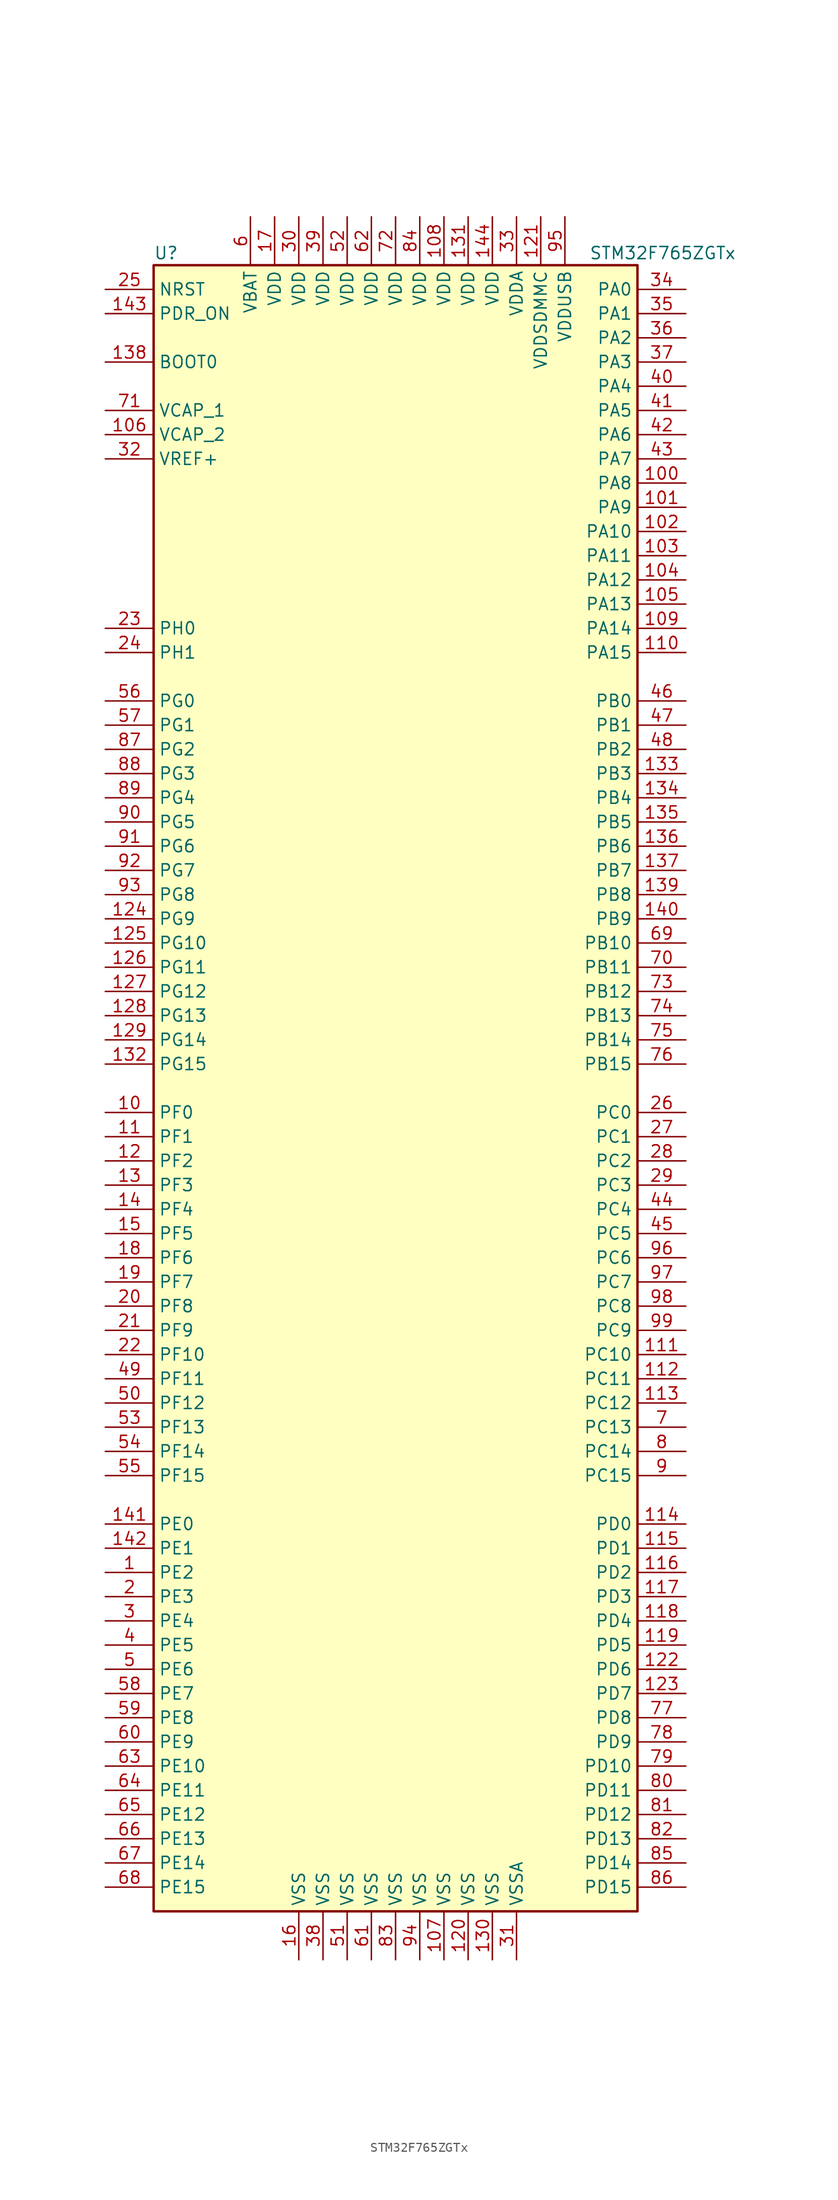
<source format=kicad_sym>
(kicad_symbol_lib
  (version 20211014)
  (generator kicad_symbol_editor)
  (symbol "STM32F765ZGTx"
    (property "Reference" "U"
      (at -25.4 87.63 0)
      (effects (font (size 1.27 1.27)) (justify left)))
    (property "Value" "STM32F765ZGTx"
      (at 20.32 87.63 0)
      (effects (font (size 1.27 1.27)) (justify left)))
    (symbol "STM32F765ZGTx_0_1"
      (rectangle (start -25.4 -86.36) (end 25.4 86.36) (stroke (width 0.254) (type default) (color 0 0 0 0)) (fill (type background))))
    (symbol "STM32F765ZGTx_1_1"
      (pin bidirectional line (at -30.48 -50.8 0) (length 5.08) (name "PE2" (effects (font (size 1.27 1.27)))) (number "1" (effects (font (size 1.27 1.27)))))
      (pin bidirectional line (at -30.48 -2.54 0) (length 5.08) (name "PF0" (effects (font (size 1.27 1.27)))) (number "10" (effects (font (size 1.27 1.27)))))
      (pin bidirectional line (at 30.48 63.5 180) (length 5.08) (name "PA8" (effects (font (size 1.27 1.27)))) (number "100" (effects (font (size 1.27 1.27)))))
      (pin bidirectional line (at 30.48 60.96 180) (length 5.08) (name "PA9" (effects (font (size 1.27 1.27)))) (number "101" (effects (font (size 1.27 1.27)))))
      (pin bidirectional line (at 30.48 58.42 180) (length 5.08) (name "PA10" (effects (font (size 1.27 1.27)))) (number "102" (effects (font (size 1.27 1.27)))))
      (pin bidirectional line (at 30.48 55.88 180) (length 5.08) (name "PA11" (effects (font (size 1.27 1.27)))) (number "103" (effects (font (size 1.27 1.27)))))
      (pin bidirectional line (at 30.48 53.34 180) (length 5.08) (name "PA12" (effects (font (size 1.27 1.27)))) (number "104" (effects (font (size 1.27 1.27)))))
      (pin bidirectional line (at 30.48 50.8 180) (length 5.08) (name "PA13" (effects (font (size 1.27 1.27)))) (number "105" (effects (font (size 1.27 1.27)))))
      (pin power_in line (at -30.48 68.58 0) (length 5.08) (name "VCAP_2" (effects (font (size 1.27 1.27)))) (number "106" (effects (font (size 1.27 1.27)))))
      (pin power_in line (at 5.08 -91.44 90) (length 5.08) (name "VSS" (effects (font (size 1.27 1.27)))) (number "107" (effects (font (size 1.27 1.27)))))
      (pin power_in line (at 5.08 91.44 270) (length 5.08) (name "VDD" (effects (font (size 1.27 1.27)))) (number "108" (effects (font (size 1.27 1.27)))))
      (pin bidirectional line (at 30.48 48.26 180) (length 5.08) (name "PA14" (effects (font (size 1.27 1.27)))) (number "109" (effects (font (size 1.27 1.27)))))
      (pin bidirectional line (at -30.48 -5.08 0) (length 5.08) (name "PF1" (effects (font (size 1.27 1.27)))) (number "11" (effects (font (size 1.27 1.27)))))
      (pin bidirectional line (at 30.48 45.72 180) (length 5.08) (name "PA15" (effects (font (size 1.27 1.27)))) (number "110" (effects (font (size 1.27 1.27)))))
      (pin bidirectional line (at 30.48 -27.94 180) (length 5.08) (name "PC10" (effects (font (size 1.27 1.27)))) (number "111" (effects (font (size 1.27 1.27)))))
      (pin bidirectional line (at 30.48 -30.48 180) (length 5.08) (name "PC11" (effects (font (size 1.27 1.27)))) (number "112" (effects (font (size 1.27 1.27)))))
      (pin bidirectional line (at 30.48 -33.02 180) (length 5.08) (name "PC12" (effects (font (size 1.27 1.27)))) (number "113" (effects (font (size 1.27 1.27)))))
      (pin bidirectional line (at 30.48 -45.72 180) (length 5.08) (name "PD0" (effects (font (size 1.27 1.27)))) (number "114" (effects (font (size 1.27 1.27)))))
      (pin bidirectional line (at 30.48 -48.26 180) (length 5.08) (name "PD1" (effects (font (size 1.27 1.27)))) (number "115" (effects (font (size 1.27 1.27)))))
      (pin bidirectional line (at 30.48 -50.8 180) (length 5.08) (name "PD2" (effects (font (size 1.27 1.27)))) (number "116" (effects (font (size 1.27 1.27)))))
      (pin bidirectional line (at 30.48 -53.34 180) (length 5.08) (name "PD3" (effects (font (size 1.27 1.27)))) (number "117" (effects (font (size 1.27 1.27)))))
      (pin bidirectional line (at 30.48 -55.88 180) (length 5.08) (name "PD4" (effects (font (size 1.27 1.27)))) (number "118" (effects (font (size 1.27 1.27)))))
      (pin bidirectional line (at 30.48 -58.42 180) (length 5.08) (name "PD5" (effects (font (size 1.27 1.27)))) (number "119" (effects (font (size 1.27 1.27)))))
      (pin bidirectional line (at -30.48 -7.62 0) (length 5.08) (name "PF2" (effects (font (size 1.27 1.27)))) (number "12" (effects (font (size 1.27 1.27)))))
      (pin power_in line (at 7.62 -91.44 90) (length 5.08) (name "VSS" (effects (font (size 1.27 1.27)))) (number "120" (effects (font (size 1.27 1.27)))))
      (pin power_in line (at 15.24 91.44 270) (length 5.08) (name "VDDSDMMC" (effects (font (size 1.27 1.27)))) (number "121" (effects (font (size 1.27 1.27)))))
      (pin bidirectional line (at 30.48 -60.96 180) (length 5.08) (name "PD6" (effects (font (size 1.27 1.27)))) (number "122" (effects (font (size 1.27 1.27)))))
      (pin bidirectional line (at 30.48 -63.5 180) (length 5.08) (name "PD7" (effects (font (size 1.27 1.27)))) (number "123" (effects (font (size 1.27 1.27)))))
      (pin bidirectional line (at -30.48 17.78 0) (length 5.08) (name "PG9" (effects (font (size 1.27 1.27)))) (number "124" (effects (font (size 1.27 1.27)))))
      (pin bidirectional line (at -30.48 15.24 0) (length 5.08) (name "PG10" (effects (font (size 1.27 1.27)))) (number "125" (effects (font (size 1.27 1.27)))))
      (pin bidirectional line (at -30.48 12.7 0) (length 5.08) (name "PG11" (effects (font (size 1.27 1.27)))) (number "126" (effects (font (size 1.27 1.27)))))
      (pin bidirectional line (at -30.48 10.16 0) (length 5.08) (name "PG12" (effects (font (size 1.27 1.27)))) (number "127" (effects (font (size 1.27 1.27)))))
      (pin bidirectional line (at -30.48 7.62 0) (length 5.08) (name "PG13" (effects (font (size 1.27 1.27)))) (number "128" (effects (font (size 1.27 1.27)))))
      (pin bidirectional line (at -30.48 5.08 0) (length 5.08) (name "PG14" (effects (font (size 1.27 1.27)))) (number "129" (effects (font (size 1.27 1.27)))))
      (pin bidirectional line (at -30.48 -10.16 0) (length 5.08) (name "PF3" (effects (font (size 1.27 1.27)))) (number "13" (effects (font (size 1.27 1.27)))))
      (pin power_in line (at 10.16 -91.44 90) (length 5.08) (name "VSS" (effects (font (size 1.27 1.27)))) (number "130" (effects (font (size 1.27 1.27)))))
      (pin power_in line (at 7.62 91.44 270) (length 5.08) (name "VDD" (effects (font (size 1.27 1.27)))) (number "131" (effects (font (size 1.27 1.27)))))
      (pin bidirectional line (at -30.48 2.54 0) (length 5.08) (name "PG15" (effects (font (size 1.27 1.27)))) (number "132" (effects (font (size 1.27 1.27)))))
      (pin bidirectional line (at 30.48 33.02 180) (length 5.08) (name "PB3" (effects (font (size 1.27 1.27)))) (number "133" (effects (font (size 1.27 1.27)))))
      (pin bidirectional line (at 30.48 30.48 180) (length 5.08) (name "PB4" (effects (font (size 1.27 1.27)))) (number "134" (effects (font (size 1.27 1.27)))))
      (pin bidirectional line (at 30.48 27.94 180) (length 5.08) (name "PB5" (effects (font (size 1.27 1.27)))) (number "135" (effects (font (size 1.27 1.27)))))
      (pin bidirectional line (at 30.48 25.4 180) (length 5.08) (name "PB6" (effects (font (size 1.27 1.27)))) (number "136" (effects (font (size 1.27 1.27)))))
      (pin bidirectional line (at 30.48 22.86 180) (length 5.08) (name "PB7" (effects (font (size 1.27 1.27)))) (number "137" (effects (font (size 1.27 1.27)))))
      (pin input line (at -30.48 76.2 0) (length 5.08) (name "BOOT0" (effects (font (size 1.27 1.27)))) (number "138" (effects (font (size 1.27 1.27)))))
      (pin bidirectional line (at 30.48 20.32 180) (length 5.08) (name "PB8" (effects (font (size 1.27 1.27)))) (number "139" (effects (font (size 1.27 1.27)))))
      (pin bidirectional line (at -30.48 -12.7 0) (length 5.08) (name "PF4" (effects (font (size 1.27 1.27)))) (number "14" (effects (font (size 1.27 1.27)))))
      (pin bidirectional line (at 30.48 17.78 180) (length 5.08) (name "PB9" (effects (font (size 1.27 1.27)))) (number "140" (effects (font (size 1.27 1.27)))))
      (pin bidirectional line (at -30.48 -45.72 0) (length 5.08) (name "PE0" (effects (font (size 1.27 1.27)))) (number "141" (effects (font (size 1.27 1.27)))))
      (pin bidirectional line (at -30.48 -48.26 0) (length 5.08) (name "PE1" (effects (font (size 1.27 1.27)))) (number "142" (effects (font (size 1.27 1.27)))))
      (pin input line (at -30.48 81.28 0) (length 5.08) (name "PDR_ON" (effects (font (size 1.27 1.27)))) (number "143" (effects (font (size 1.27 1.27)))))
      (pin power_in line (at 10.16 91.44 270) (length 5.08) (name "VDD" (effects (font (size 1.27 1.27)))) (number "144" (effects (font (size 1.27 1.27)))))
      (pin bidirectional line (at -30.48 -15.24 0) (length 5.08) (name "PF5" (effects (font (size 1.27 1.27)))) (number "15" (effects (font (size 1.27 1.27)))))
      (pin power_in line (at -10.16 -91.44 90) (length 5.08) (name "VSS" (effects (font (size 1.27 1.27)))) (number "16" (effects (font (size 1.27 1.27)))))
      (pin power_in line (at -12.7 91.44 270) (length 5.08) (name "VDD" (effects (font (size 1.27 1.27)))) (number "17" (effects (font (size 1.27 1.27)))))
      (pin bidirectional line (at -30.48 -17.78 0) (length 5.08) (name "PF6" (effects (font (size 1.27 1.27)))) (number "18" (effects (font (size 1.27 1.27)))))
      (pin bidirectional line (at -30.48 -20.32 0) (length 5.08) (name "PF7" (effects (font (size 1.27 1.27)))) (number "19" (effects (font (size 1.27 1.27)))))
      (pin bidirectional line (at -30.48 -53.34 0) (length 5.08) (name "PE3" (effects (font (size 1.27 1.27)))) (number "2" (effects (font (size 1.27 1.27)))))
      (pin bidirectional line (at -30.48 -22.86 0) (length 5.08) (name "PF8" (effects (font (size 1.27 1.27)))) (number "20" (effects (font (size 1.27 1.27)))))
      (pin bidirectional line (at -30.48 -25.4 0) (length 5.08) (name "PF9" (effects (font (size 1.27 1.27)))) (number "21" (effects (font (size 1.27 1.27)))))
      (pin bidirectional line (at -30.48 -27.94 0) (length 5.08) (name "PF10" (effects (font (size 1.27 1.27)))) (number "22" (effects (font (size 1.27 1.27)))))
      (pin input line (at -30.48 48.26 0) (length 5.08) (name "PH0" (effects (font (size 1.27 1.27)))) (number "23" (effects (font (size 1.27 1.27)))))
      (pin input line (at -30.48 45.72 0) (length 5.08) (name "PH1" (effects (font (size 1.27 1.27)))) (number "24" (effects (font (size 1.27 1.27)))))
      (pin input line (at -30.48 83.82 0) (length 5.08) (name "NRST" (effects (font (size 1.27 1.27)))) (number "25" (effects (font (size 1.27 1.27)))))
      (pin bidirectional line (at 30.48 -2.54 180) (length 5.08) (name "PC0" (effects (font (size 1.27 1.27)))) (number "26" (effects (font (size 1.27 1.27)))))
      (pin bidirectional line (at 30.48 -5.08 180) (length 5.08) (name "PC1" (effects (font (size 1.27 1.27)))) (number "27" (effects (font (size 1.27 1.27)))))
      (pin bidirectional line (at 30.48 -7.62 180) (length 5.08) (name "PC2" (effects (font (size 1.27 1.27)))) (number "28" (effects (font (size 1.27 1.27)))))
      (pin bidirectional line (at 30.48 -10.16 180) (length 5.08) (name "PC3" (effects (font (size 1.27 1.27)))) (number "29" (effects (font (size 1.27 1.27)))))
      (pin bidirectional line (at -30.48 -55.88 0) (length 5.08) (name "PE4" (effects (font (size 1.27 1.27)))) (number "3" (effects (font (size 1.27 1.27)))))
      (pin power_in line (at -10.16 91.44 270) (length 5.08) (name "VDD" (effects (font (size 1.27 1.27)))) (number "30" (effects (font (size 1.27 1.27)))))
      (pin power_in line (at 12.7 -91.44 90) (length 5.08) (name "VSSA" (effects (font (size 1.27 1.27)))) (number "31" (effects (font (size 1.27 1.27)))))
      (pin power_in line (at -30.48 66.04 0) (length 5.08) (name "VREF+" (effects (font (size 1.27 1.27)))) (number "32" (effects (font (size 1.27 1.27)))))
      (pin power_in line (at 12.7 91.44 270) (length 5.08) (name "VDDA" (effects (font (size 1.27 1.27)))) (number "33" (effects (font (size 1.27 1.27)))))
      (pin bidirectional line (at 30.48 83.82 180) (length 5.08) (name "PA0" (effects (font (size 1.27 1.27)))) (number "34" (effects (font (size 1.27 1.27)))))
      (pin bidirectional line (at 30.48 81.28 180) (length 5.08) (name "PA1" (effects (font (size 1.27 1.27)))) (number "35" (effects (font (size 1.27 1.27)))))
      (pin bidirectional line (at 30.48 78.74 180) (length 5.08) (name "PA2" (effects (font (size 1.27 1.27)))) (number "36" (effects (font (size 1.27 1.27)))))
      (pin bidirectional line (at 30.48 76.2 180) (length 5.08) (name "PA3" (effects (font (size 1.27 1.27)))) (number "37" (effects (font (size 1.27 1.27)))))
      (pin power_in line (at -7.62 -91.44 90) (length 5.08) (name "VSS" (effects (font (size 1.27 1.27)))) (number "38" (effects (font (size 1.27 1.27)))))
      (pin power_in line (at -7.62 91.44 270) (length 5.08) (name "VDD" (effects (font (size 1.27 1.27)))) (number "39" (effects (font (size 1.27 1.27)))))
      (pin bidirectional line (at -30.48 -58.42 0) (length 5.08) (name "PE5" (effects (font (size 1.27 1.27)))) (number "4" (effects (font (size 1.27 1.27)))))
      (pin bidirectional line (at 30.48 73.66 180) (length 5.08) (name "PA4" (effects (font (size 1.27 1.27)))) (number "40" (effects (font (size 1.27 1.27)))))
      (pin bidirectional line (at 30.48 71.12 180) (length 5.08) (name "PA5" (effects (font (size 1.27 1.27)))) (number "41" (effects (font (size 1.27 1.27)))))
      (pin bidirectional line (at 30.48 68.58 180) (length 5.08) (name "PA6" (effects (font (size 1.27 1.27)))) (number "42" (effects (font (size 1.27 1.27)))))
      (pin bidirectional line (at 30.48 66.04 180) (length 5.08) (name "PA7" (effects (font (size 1.27 1.27)))) (number "43" (effects (font (size 1.27 1.27)))))
      (pin bidirectional line (at 30.48 -12.7 180) (length 5.08) (name "PC4" (effects (font (size 1.27 1.27)))) (number "44" (effects (font (size 1.27 1.27)))))
      (pin bidirectional line (at 30.48 -15.24 180) (length 5.08) (name "PC5" (effects (font (size 1.27 1.27)))) (number "45" (effects (font (size 1.27 1.27)))))
      (pin bidirectional line (at 30.48 40.64 180) (length 5.08) (name "PB0" (effects (font (size 1.27 1.27)))) (number "46" (effects (font (size 1.27 1.27)))))
      (pin bidirectional line (at 30.48 38.1 180) (length 5.08) (name "PB1" (effects (font (size 1.27 1.27)))) (number "47" (effects (font (size 1.27 1.27)))))
      (pin bidirectional line (at 30.48 35.56 180) (length 5.08) (name "PB2" (effects (font (size 1.27 1.27)))) (number "48" (effects (font (size 1.27 1.27)))))
      (pin bidirectional line (at -30.48 -30.48 0) (length 5.08) (name "PF11" (effects (font (size 1.27 1.27)))) (number "49" (effects (font (size 1.27 1.27)))))
      (pin bidirectional line (at -30.48 -60.96 0) (length 5.08) (name "PE6" (effects (font (size 1.27 1.27)))) (number "5" (effects (font (size 1.27 1.27)))))
      (pin bidirectional line (at -30.48 -33.02 0) (length 5.08) (name "PF12" (effects (font (size 1.27 1.27)))) (number "50" (effects (font (size 1.27 1.27)))))
      (pin power_in line (at -5.08 -91.44 90) (length 5.08) (name "VSS" (effects (font (size 1.27 1.27)))) (number "51" (effects (font (size 1.27 1.27)))))
      (pin power_in line (at -5.08 91.44 270) (length 5.08) (name "VDD" (effects (font (size 1.27 1.27)))) (number "52" (effects (font (size 1.27 1.27)))))
      (pin bidirectional line (at -30.48 -35.56 0) (length 5.08) (name "PF13" (effects (font (size 1.27 1.27)))) (number "53" (effects (font (size 1.27 1.27)))))
      (pin bidirectional line (at -30.48 -38.1 0) (length 5.08) (name "PF14" (effects (font (size 1.27 1.27)))) (number "54" (effects (font (size 1.27 1.27)))))
      (pin bidirectional line (at -30.48 -40.64 0) (length 5.08) (name "PF15" (effects (font (size 1.27 1.27)))) (number "55" (effects (font (size 1.27 1.27)))))
      (pin bidirectional line (at -30.48 40.64 0) (length 5.08) (name "PG0" (effects (font (size 1.27 1.27)))) (number "56" (effects (font (size 1.27 1.27)))))
      (pin bidirectional line (at -30.48 38.1 0) (length 5.08) (name "PG1" (effects (font (size 1.27 1.27)))) (number "57" (effects (font (size 1.27 1.27)))))
      (pin bidirectional line (at -30.48 -63.5 0) (length 5.08) (name "PE7" (effects (font (size 1.27 1.27)))) (number "58" (effects (font (size 1.27 1.27)))))
      (pin bidirectional line (at -30.48 -66.04 0) (length 5.08) (name "PE8" (effects (font (size 1.27 1.27)))) (number "59" (effects (font (size 1.27 1.27)))))
      (pin power_in line (at -15.24 91.44 270) (length 5.08) (name "VBAT" (effects (font (size 1.27 1.27)))) (number "6" (effects (font (size 1.27 1.27)))))
      (pin bidirectional line (at -30.48 -68.58 0) (length 5.08) (name "PE9" (effects (font (size 1.27 1.27)))) (number "60" (effects (font (size 1.27 1.27)))))
      (pin power_in line (at -2.54 -91.44 90) (length 5.08) (name "VSS" (effects (font (size 1.27 1.27)))) (number "61" (effects (font (size 1.27 1.27)))))
      (pin power_in line (at -2.54 91.44 270) (length 5.08) (name "VDD" (effects (font (size 1.27 1.27)))) (number "62" (effects (font (size 1.27 1.27)))))
      (pin bidirectional line (at -30.48 -71.12 0) (length 5.08) (name "PE10" (effects (font (size 1.27 1.27)))) (number "63" (effects (font (size 1.27 1.27)))))
      (pin bidirectional line (at -30.48 -73.66 0) (length 5.08) (name "PE11" (effects (font (size 1.27 1.27)))) (number "64" (effects (font (size 1.27 1.27)))))
      (pin bidirectional line (at -30.48 -76.2 0) (length 5.08) (name "PE12" (effects (font (size 1.27 1.27)))) (number "65" (effects (font (size 1.27 1.27)))))
      (pin bidirectional line (at -30.48 -78.74 0) (length 5.08) (name "PE13" (effects (font (size 1.27 1.27)))) (number "66" (effects (font (size 1.27 1.27)))))
      (pin bidirectional line (at -30.48 -81.28 0) (length 5.08) (name "PE14" (effects (font (size 1.27 1.27)))) (number "67" (effects (font (size 1.27 1.27)))))
      (pin bidirectional line (at -30.48 -83.82 0) (length 5.08) (name "PE15" (effects (font (size 1.27 1.27)))) (number "68" (effects (font (size 1.27 1.27)))))
      (pin bidirectional line (at 30.48 15.24 180) (length 5.08) (name "PB10" (effects (font (size 1.27 1.27)))) (number "69" (effects (font (size 1.27 1.27)))))
      (pin bidirectional line (at 30.48 -35.56 180) (length 5.08) (name "PC13" (effects (font (size 1.27 1.27)))) (number "7" (effects (font (size 1.27 1.27)))))
      (pin bidirectional line (at 30.48 12.7 180) (length 5.08) (name "PB11" (effects (font (size 1.27 1.27)))) (number "70" (effects (font (size 1.27 1.27)))))
      (pin power_in line (at -30.48 71.12 0) (length 5.08) (name "VCAP_1" (effects (font (size 1.27 1.27)))) (number "71" (effects (font (size 1.27 1.27)))))
      (pin power_in line (at 0 91.44 270) (length 5.08) (name "VDD" (effects (font (size 1.27 1.27)))) (number "72" (effects (font (size 1.27 1.27)))))
      (pin bidirectional line (at 30.48 10.16 180) (length 5.08) (name "PB12" (effects (font (size 1.27 1.27)))) (number "73" (effects (font (size 1.27 1.27)))))
      (pin bidirectional line (at 30.48 7.62 180) (length 5.08) (name "PB13" (effects (font (size 1.27 1.27)))) (number "74" (effects (font (size 1.27 1.27)))))
      (pin bidirectional line (at 30.48 5.08 180) (length 5.08) (name "PB14" (effects (font (size 1.27 1.27)))) (number "75" (effects (font (size 1.27 1.27)))))
      (pin bidirectional line (at 30.48 2.54 180) (length 5.08) (name "PB15" (effects (font (size 1.27 1.27)))) (number "76" (effects (font (size 1.27 1.27)))))
      (pin bidirectional line (at 30.48 -66.04 180) (length 5.08) (name "PD8" (effects (font (size 1.27 1.27)))) (number "77" (effects (font (size 1.27 1.27)))))
      (pin bidirectional line (at 30.48 -68.58 180) (length 5.08) (name "PD9" (effects (font (size 1.27 1.27)))) (number "78" (effects (font (size 1.27 1.27)))))
      (pin bidirectional line (at 30.48 -71.12 180) (length 5.08) (name "PD10" (effects (font (size 1.27 1.27)))) (number "79" (effects (font (size 1.27 1.27)))))
      (pin bidirectional line (at 30.48 -38.1 180) (length 5.08) (name "PC14" (effects (font (size 1.27 1.27)))) (number "8" (effects (font (size 1.27 1.27)))))
      (pin bidirectional line (at 30.48 -73.66 180) (length 5.08) (name "PD11" (effects (font (size 1.27 1.27)))) (number "80" (effects (font (size 1.27 1.27)))))
      (pin bidirectional line (at 30.48 -76.2 180) (length 5.08) (name "PD12" (effects (font (size 1.27 1.27)))) (number "81" (effects (font (size 1.27 1.27)))))
      (pin bidirectional line (at 30.48 -78.74 180) (length 5.08) (name "PD13" (effects (font (size 1.27 1.27)))) (number "82" (effects (font (size 1.27 1.27)))))
      (pin power_in line (at 0 -91.44 90) (length 5.08) (name "VSS" (effects (font (size 1.27 1.27)))) (number "83" (effects (font (size 1.27 1.27)))))
      (pin power_in line (at 2.54 91.44 270) (length 5.08) (name "VDD" (effects (font (size 1.27 1.27)))) (number "84" (effects (font (size 1.27 1.27)))))
      (pin bidirectional line (at 30.48 -81.28 180) (length 5.08) (name "PD14" (effects (font (size 1.27 1.27)))) (number "85" (effects (font (size 1.27 1.27)))))
      (pin bidirectional line (at 30.48 -83.82 180) (length 5.08) (name "PD15" (effects (font (size 1.27 1.27)))) (number "86" (effects (font (size 1.27 1.27)))))
      (pin bidirectional line (at -30.48 35.56 0) (length 5.08) (name "PG2" (effects (font (size 1.27 1.27)))) (number "87" (effects (font (size 1.27 1.27)))))
      (pin bidirectional line (at -30.48 33.02 0) (length 5.08) (name "PG3" (effects (font (size 1.27 1.27)))) (number "88" (effects (font (size 1.27 1.27)))))
      (pin bidirectional line (at -30.48 30.48 0) (length 5.08) (name "PG4" (effects (font (size 1.27 1.27)))) (number "89" (effects (font (size 1.27 1.27)))))
      (pin bidirectional line (at 30.48 -40.64 180) (length 5.08) (name "PC15" (effects (font (size 1.27 1.27)))) (number "9" (effects (font (size 1.27 1.27)))))
      (pin bidirectional line (at -30.48 27.94 0) (length 5.08) (name "PG5" (effects (font (size 1.27 1.27)))) (number "90" (effects (font (size 1.27 1.27)))))
      (pin bidirectional line (at -30.48 25.4 0) (length 5.08) (name "PG6" (effects (font (size 1.27 1.27)))) (number "91" (effects (font (size 1.27 1.27)))))
      (pin bidirectional line (at -30.48 22.86 0) (length 5.08) (name "PG7" (effects (font (size 1.27 1.27)))) (number "92" (effects (font (size 1.27 1.27)))))
      (pin bidirectional line (at -30.48 20.32 0) (length 5.08) (name "PG8" (effects (font (size 1.27 1.27)))) (number "93" (effects (font (size 1.27 1.27)))))
      (pin power_in line (at 2.54 -91.44 90) (length 5.08) (name "VSS" (effects (font (size 1.27 1.27)))) (number "94" (effects (font (size 1.27 1.27)))))
      (pin power_in line (at 17.78 91.44 270) (length 5.08) (name "VDDUSB" (effects (font (size 1.27 1.27)))) (number "95" (effects (font (size 1.27 1.27)))))
      (pin bidirectional line (at 30.48 -17.78 180) (length 5.08) (name "PC6" (effects (font (size 1.27 1.27)))) (number "96" (effects (font (size 1.27 1.27)))))
      (pin bidirectional line (at 30.48 -20.32 180) (length 5.08) (name "PC7" (effects (font (size 1.27 1.27)))) (number "97" (effects (font (size 1.27 1.27)))))
      (pin bidirectional line (at 30.48 -22.86 180) (length 5.08) (name "PC8" (effects (font (size 1.27 1.27)))) (number "98" (effects (font (size 1.27 1.27)))))
      (pin bidirectional line (at 30.48 -25.4 180) (length 5.08) (name "PC9" (effects (font (size 1.27 1.27)))) (number "99" (effects (font (size 1.27 1.27))))))))
</source>
